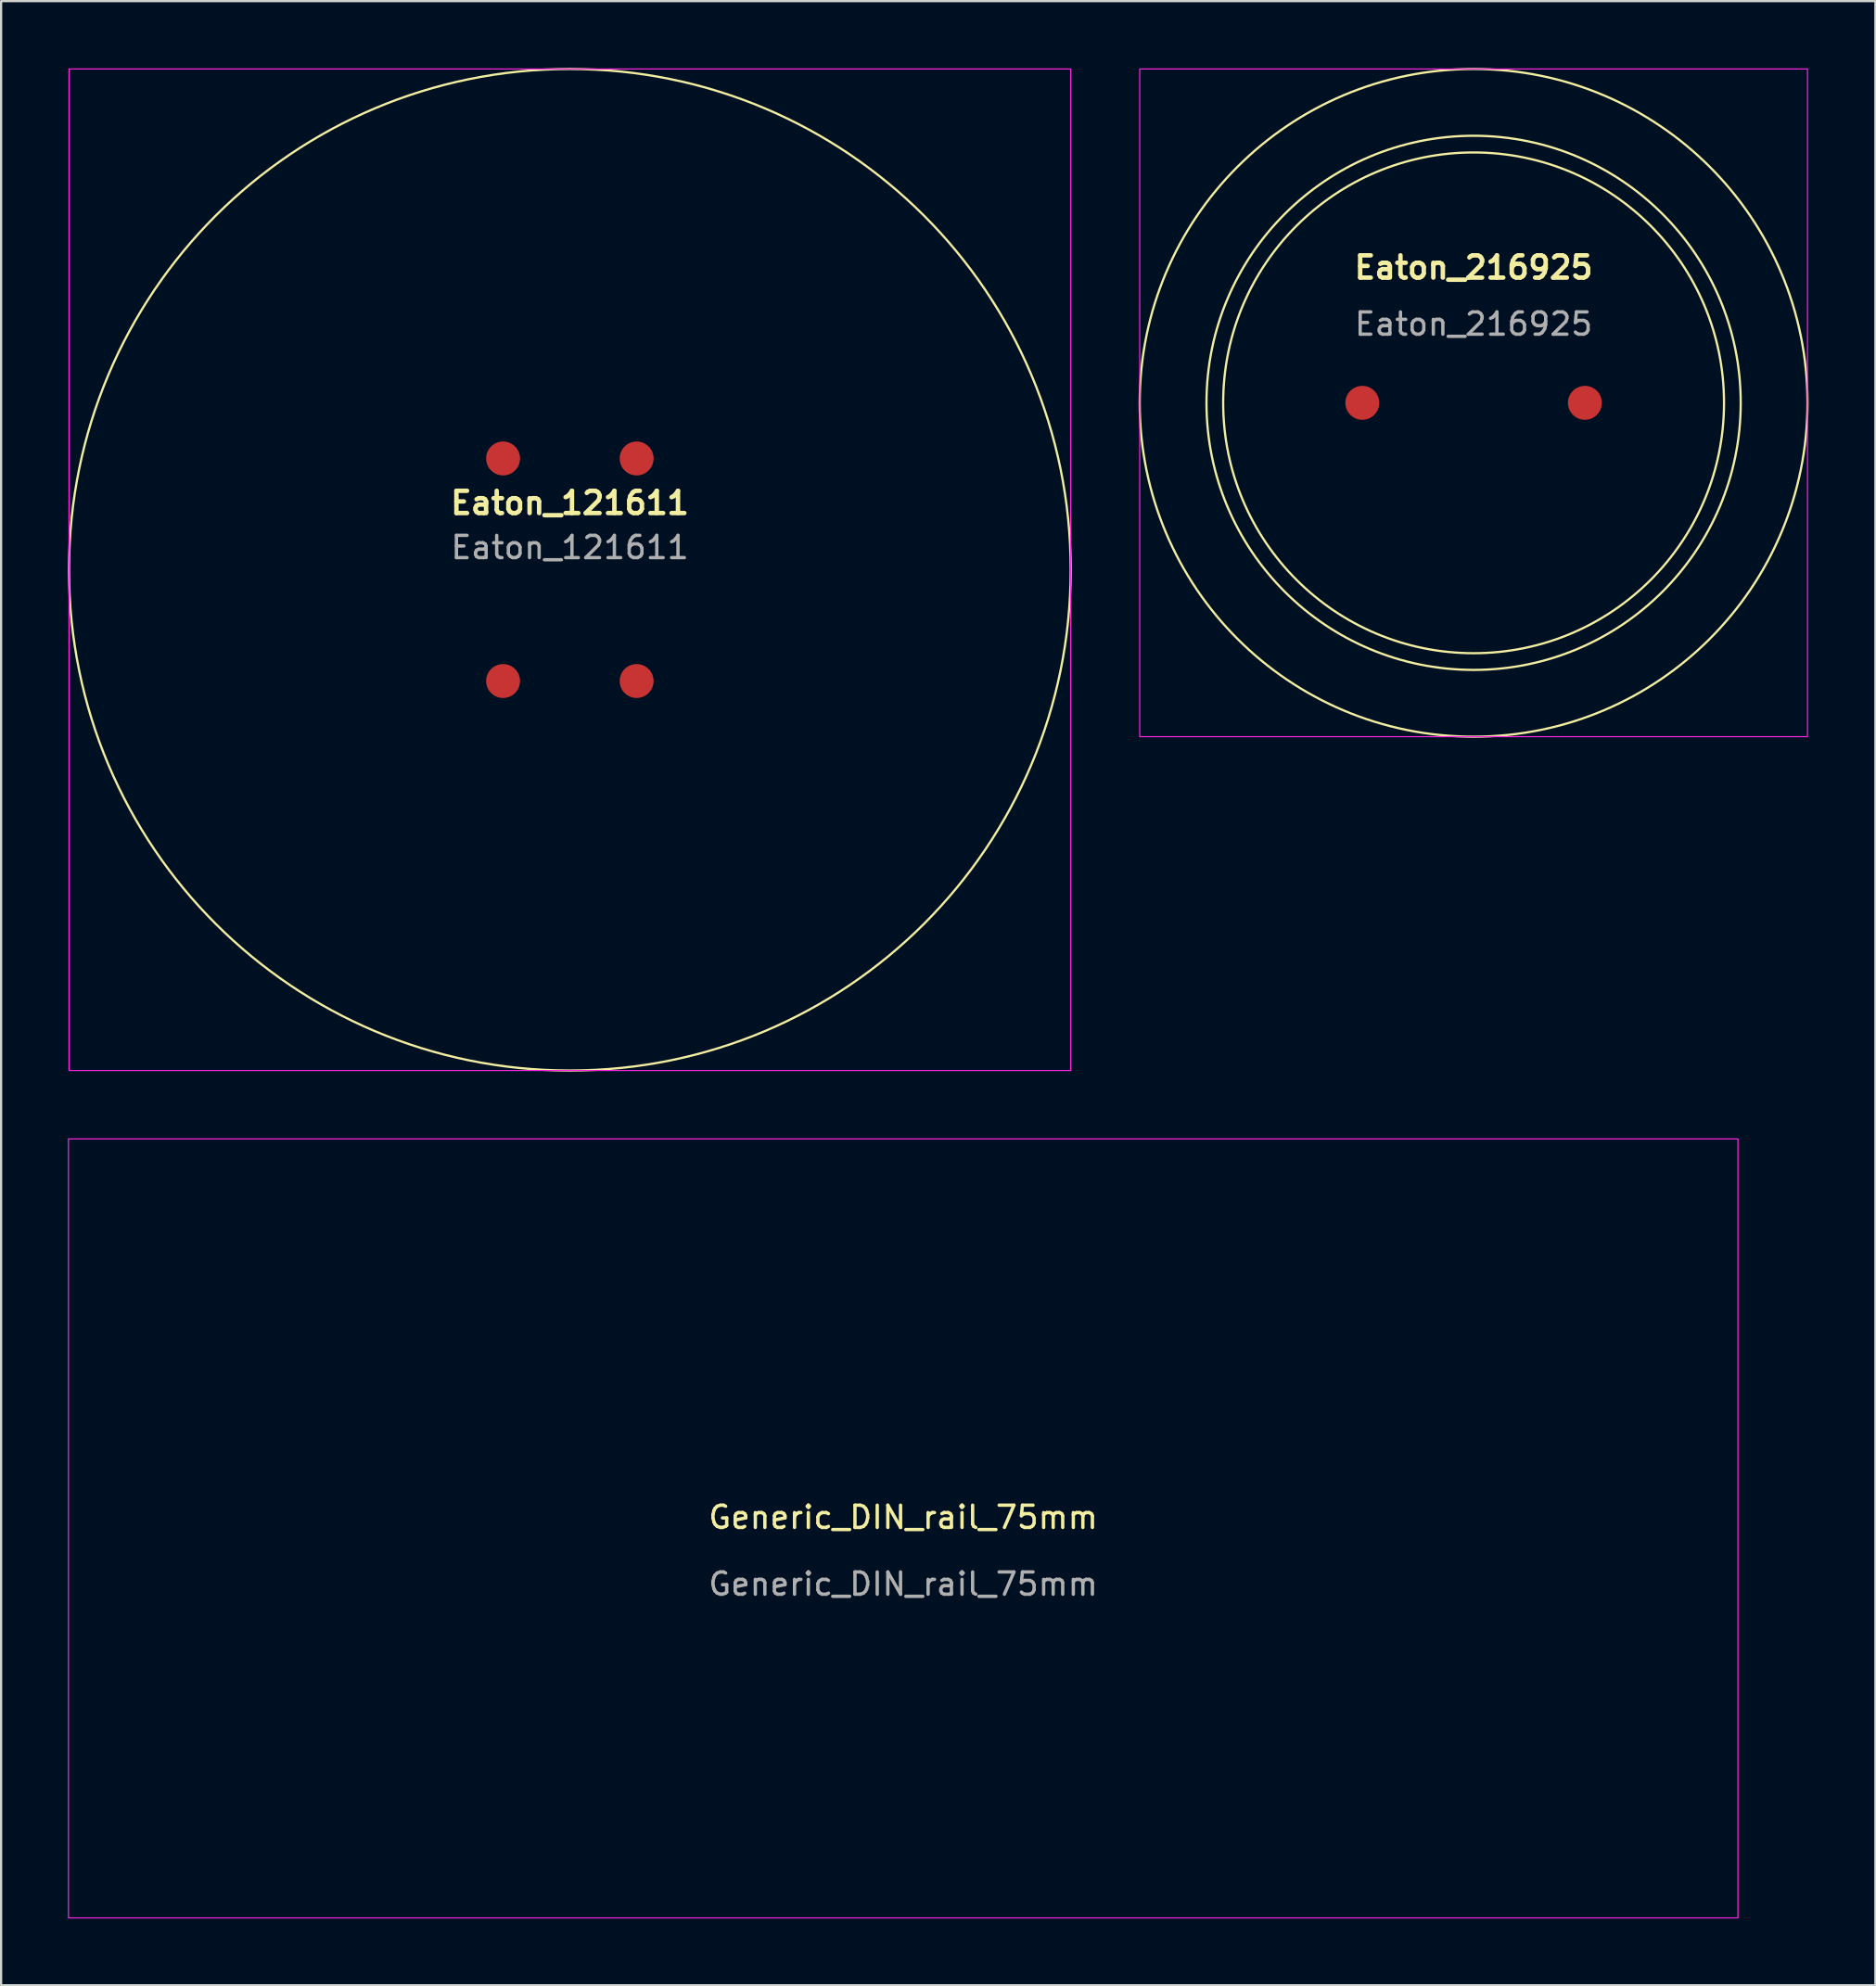
<source format=kicad_pcb>
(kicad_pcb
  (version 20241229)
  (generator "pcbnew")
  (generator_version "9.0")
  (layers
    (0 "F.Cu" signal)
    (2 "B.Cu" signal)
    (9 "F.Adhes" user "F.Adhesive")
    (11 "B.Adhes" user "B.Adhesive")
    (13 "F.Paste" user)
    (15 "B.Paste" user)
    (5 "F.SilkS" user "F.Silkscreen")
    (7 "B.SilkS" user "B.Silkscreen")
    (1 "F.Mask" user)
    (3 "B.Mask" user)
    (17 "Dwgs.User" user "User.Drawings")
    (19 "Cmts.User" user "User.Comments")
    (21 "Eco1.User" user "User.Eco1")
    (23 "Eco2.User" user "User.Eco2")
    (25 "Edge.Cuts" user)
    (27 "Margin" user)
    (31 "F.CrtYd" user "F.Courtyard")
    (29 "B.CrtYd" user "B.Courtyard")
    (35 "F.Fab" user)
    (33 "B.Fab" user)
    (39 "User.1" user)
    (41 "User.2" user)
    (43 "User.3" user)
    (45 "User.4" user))
  (footprint "Eaton_216925"
    (layer "F.Cu")
    (at 63.15 15.05)
    (property "Reference" "Eaton_216925" (at 0 -6.08 0) (unlocked yes) (layer "F.SilkS") (effects (font (size 1 1) (thickness 0.2) (bold yes))))
    (attr smd)
    (fp_circle (center 0 0) (end 0 12) (stroke (width 0.1) (type default)) (fill no) (layer "F.SilkS"))
    (fp_circle (center 0 0) (end 0 15) (stroke (width 0.1) (type default)) (fill no) (layer "F.SilkS"))
    (fp_circle (center 0 0) (end 11.25 0) (stroke (width 0.1) (type default)) (fill no) (layer "F.SilkS"))
    (fp_rect (start -15 -15) (end 15 15) (stroke (width 0.05) (type default)) (fill no) (layer "F.CrtYd"))
    (fp_text user "${REFERENCE}" (at 0 -3.54 0) (unlocked yes) (layer "F.Fab") (effects (font (size 1 1) (thickness 0.15))))
    (pad "23" smd circle (at -5 0) (size 1.524 1.524) (layers "F.Cu" "F.Mask" "F.Paste"))
    (pad "24" smd circle (at 5 0) (size 1.524 1.524) (layers "F.Cu" "F.Mask" "F.Paste")))
  (footprint "Eaton_121611"
    (layer "F.Cu")
    (at 22.55 22.55)
    (property "Reference" "Eaton_121611" (at 0 -3 0) (unlocked yes) (layer "F.SilkS") (effects (font (size 1 1) (thickness 0.2) (bold yes))))
    (attr smd)
    (fp_circle (center 0 0) (end 22.5 0) (stroke (width 0.1) (type default)) (fill no) (layer "F.SilkS"))
    (fp_rect (start -22.5 -22.5) (end 22.5 22.5) (stroke (width 0.05) (type default)) (fill no) (layer "F.CrtYd"))
    (fp_text user "${REFERENCE}" (at 0 -1 0) (unlocked yes) (layer "F.Fab") (effects (font (size 1 1) (thickness 0.15))))
    (pad "11" smd circle (at -3 5) (size 1.524 1.524) (layers "F.Cu" "F.Mask" "F.Paste"))
    (pad "12" smd circle (at -3 -5) (size 1.524 1.524) (layers "F.Cu" "F.Mask" "F.Paste"))
    (pad "21" smd circle (at 3 5) (size 1.524 1.524) (layers "F.Cu" "F.Mask" "F.Paste"))
    (pad "22" smd circle (at 3 -5) (size 1.524 1.524) (layers "F.Cu" "F.Mask" "F.Paste")))
  (footprint "Generic_DIN_rail_75mm"
    (layer "F.Cu")
    (at 37.525 65.625)
    (property "Reference" "Generic_DIN_rail_75mm" (at 0 -0.5 0) (unlocked yes) (layer "F.SilkS") (effects (font (size 1 1) (thickness 0.15))))
    (fp_rect (start -37.5 17.5) (end 37.5 -17.5) (stroke (width 0.05) (type solid)) (fill no) (layer "F.CrtYd"))
    (fp_line (start -37.5 -14.5) (end -37.5 -17.5) (stroke (width 0.05) (type solid)) (layer "User.1"))
    (fp_line (start -37.5 -14) (end -37.5 -14.5) (stroke (width 0.05) (type solid)) (layer "User.1"))
    (fp_line (start -37.5 -13.5) (end -37.5 -14) (stroke (width 0.05) (type solid)) (layer "User.1"))
    (fp_line (start -37.5 -13) (end -37.5 -13.5) (stroke (width 0.05) (type solid)) (layer "User.1"))
    (fp_line (start -37.5 -12.5) (end -37.5 -13) (stroke (width 0.05) (type solid)) (layer "User.1"))
    (fp_line (start -37.5 -12.5) (end -37.5 -12) (stroke (width 0.05) (type solid)) (layer "User.1"))
    (fp_line (start -37.5 -12) (end -37.5 -11.5) (stroke (width 0.05) (type solid)) (layer "User.1"))
    (fp_line (start -37.5 11.5) (end -37.5 -11.5) (stroke (width 0.05) (type solid)) (layer "User.1"))
    (fp_line (start -37.5 11.5) (end -37.5 12) (stroke (width 0.05) (type solid)) (layer "User.1"))
    (fp_line (start -37.5 12) (end -37.5 12.5) (stroke (width 0.05) (type solid)) (layer "User.1"))
    (fp_line (start -37.5 13) (end -37.5 12.5) (stroke (width 0.05) (type solid)) (layer "User.1"))
    (fp_line (start -37.5 13.5) (end -37.5 13) (stroke (width 0.05) (type solid)) (layer "User.1"))
    (fp_line (start -37.5 14) (end -37.5 13.5) (stroke (width 0.05) (type solid)) (layer "User.1"))
    (fp_line (start -37.5 14.5) (end -37.5 14) (stroke (width 0.05) (type solid)) (layer "User.1"))
    (fp_line (start -37.5 17.5) (end -37.5 14.5) (stroke (width 0.05) (type solid)) (layer "User.1"))
    (fp_line (start -29.4 3.1) (end -20.6 3.1) (stroke (width 0.05) (type solid)) (layer "User.1"))
    (fp_line (start -20.6 -3.1) (end -29.4 -3.1) (stroke (width 0.05) (type solid)) (layer "User.1"))
    (fp_line (start -4.4 3.1) (end 4.4 3.1) (stroke (width 0.05) (type solid)) (layer "User.1"))
    (fp_line (start 4.4 -3.1) (end -4.4 -3.1) (stroke (width 0.05) (type solid)) (layer "User.1"))
    (fp_line (start 20.6 3.1) (end 29.4 3.1) (stroke (width 0.05) (type solid)) (layer "User.1"))
    (fp_line (start 29.4 -3.1) (end 20.6 -3.1) (stroke (width 0.05) (type solid)) (layer "User.1"))
    (fp_line (start 37.5 -17.5) (end -37.5 -17.5) (stroke (width 0.05) (type solid)) (layer "User.1"))
    (fp_line (start 37.5 -14.5) (end -37.5 -14.5) (stroke (width 0.05) (type solid)) (layer "User.1"))
    (fp_line (start 37.5 -14.5) (end 37.5 -17.5) (stroke (width 0.05) (type solid)) (layer "User.1"))
    (fp_line (start 37.5 -14) (end 37.5 -14.5) (stroke (width 0.05) (type solid)) (layer "User.1"))
    (fp_line (start 37.5 -13.5) (end 37.5 -14) (stroke (width 0.05) (type solid)) (layer "User.1"))
    (fp_line (start 37.5 -13) (end 37.5 -13.5) (stroke (width 0.05) (type solid)) (layer "User.1"))
    (fp_line (start 37.5 -12.5) (end -37.5 -12.5) (stroke (width 0.05) (type solid)) (layer "User.1"))
    (fp_line (start 37.5 -12.5) (end -37.5 -12.5) (stroke (width 0.05) (type solid)) (layer "User.1"))
    (fp_line (start 37.5 -12.5) (end 37.5 -13) (stroke (width 0.05) (type solid)) (layer "User.1"))
    (fp_line (start 37.5 -12.5) (end 37.5 -12) (stroke (width 0.05) (type solid)) (layer "User.1"))
    (fp_line (start 37.5 -12) (end 37.5 -11.5) (stroke (width 0.05) (type solid)) (layer "User.1"))
    (fp_line (start 37.5 -11.5) (end -37.5 -11.5) (stroke (width 0.05) (type solid)) (layer "User.1"))
    (fp_line (start 37.5 11.5) (end -37.5 11.5) (stroke (width 0.05) (type solid)) (layer "User.1"))
    (fp_line (start 37.5 11.5) (end 37.5 -11.5) (stroke (width 0.05) (type solid)) (layer "User.1"))
    (fp_line (start 37.5 11.5) (end 37.5 12) (stroke (width 0.05) (type solid)) (layer "User.1"))
    (fp_line (start 37.5 12) (end 37.5 12.5) (stroke (width 0.05) (type solid)) (layer "User.1"))
    (fp_line (start 37.5 12.5) (end -37.5 12.5) (stroke (width 0.05) (type solid)) (layer "User.1"))
    (fp_line (start 37.5 13) (end 37.5 12.5) (stroke (width 0.05) (type solid)) (layer "User.1"))
    (fp_line (start 37.5 13.5) (end 37.5 13) (stroke (width 0.05) (type solid)) (layer "User.1"))
    (fp_line (start 37.5 14) (end 37.5 13.5) (stroke (width 0.05) (type solid)) (layer "User.1"))
    (fp_line (start 37.5 14.5) (end -37.5 14.5) (stroke (width 0.05) (type solid)) (layer "User.1"))
    (fp_line (start 37.5 14.5) (end 37.5 14) (stroke (width 0.05) (type solid)) (layer "User.1"))
    (fp_line (start 37.5 17.5) (end -37.5 17.5) (stroke (width 0.05) (type solid)) (layer "User.1"))
    (fp_line (start 37.5 17.5) (end 37.5 14.5) (stroke (width 0.05) (type solid)) (layer "User.1"))
    (fp_arc (start -29.4 3.1) (mid -32.5 0) (end -29.4 -3.1) (stroke (width 0.05) (type solid)) (layer "User.1"))
    (fp_arc (start -20.6 -3.1) (mid -17.5 0) (end -20.6 3.1) (stroke (width 0.05) (type solid)) (layer "User.1"))
    (fp_arc (start -4.4 3.1) (mid -7.5 0) (end -4.4 -3.1) (stroke (width 0.05) (type solid)) (layer "User.1"))
    (fp_arc (start 4.4 -3.1) (mid 7.5 0) (end 4.4 3.1) (stroke (width 0.05) (type solid)) (layer "User.1"))
    (fp_arc (start 20.6 3.1) (mid 17.5 0) (end 20.6 -3.1) (stroke (width 0.05) (type solid)) (layer "User.1"))
    (fp_arc (start 29.4 -3.1) (mid 32.5 0) (end 29.4 3.1) (stroke (width 0.05) (type solid)) (layer "User.1"))
    (fp_text user "${REFERENCE}" (at 0 2.5 0) (unlocked yes) (layer "F.Fab") (effects (font (size 1 1) (thickness 0.15)))))
  (gr_rect
    (start -3 -3)
    (end 81.2 86.15)
    (stroke (width 0.1) (type default))
    (fill no)
    (layer "Edge.Cuts")))
</source>
